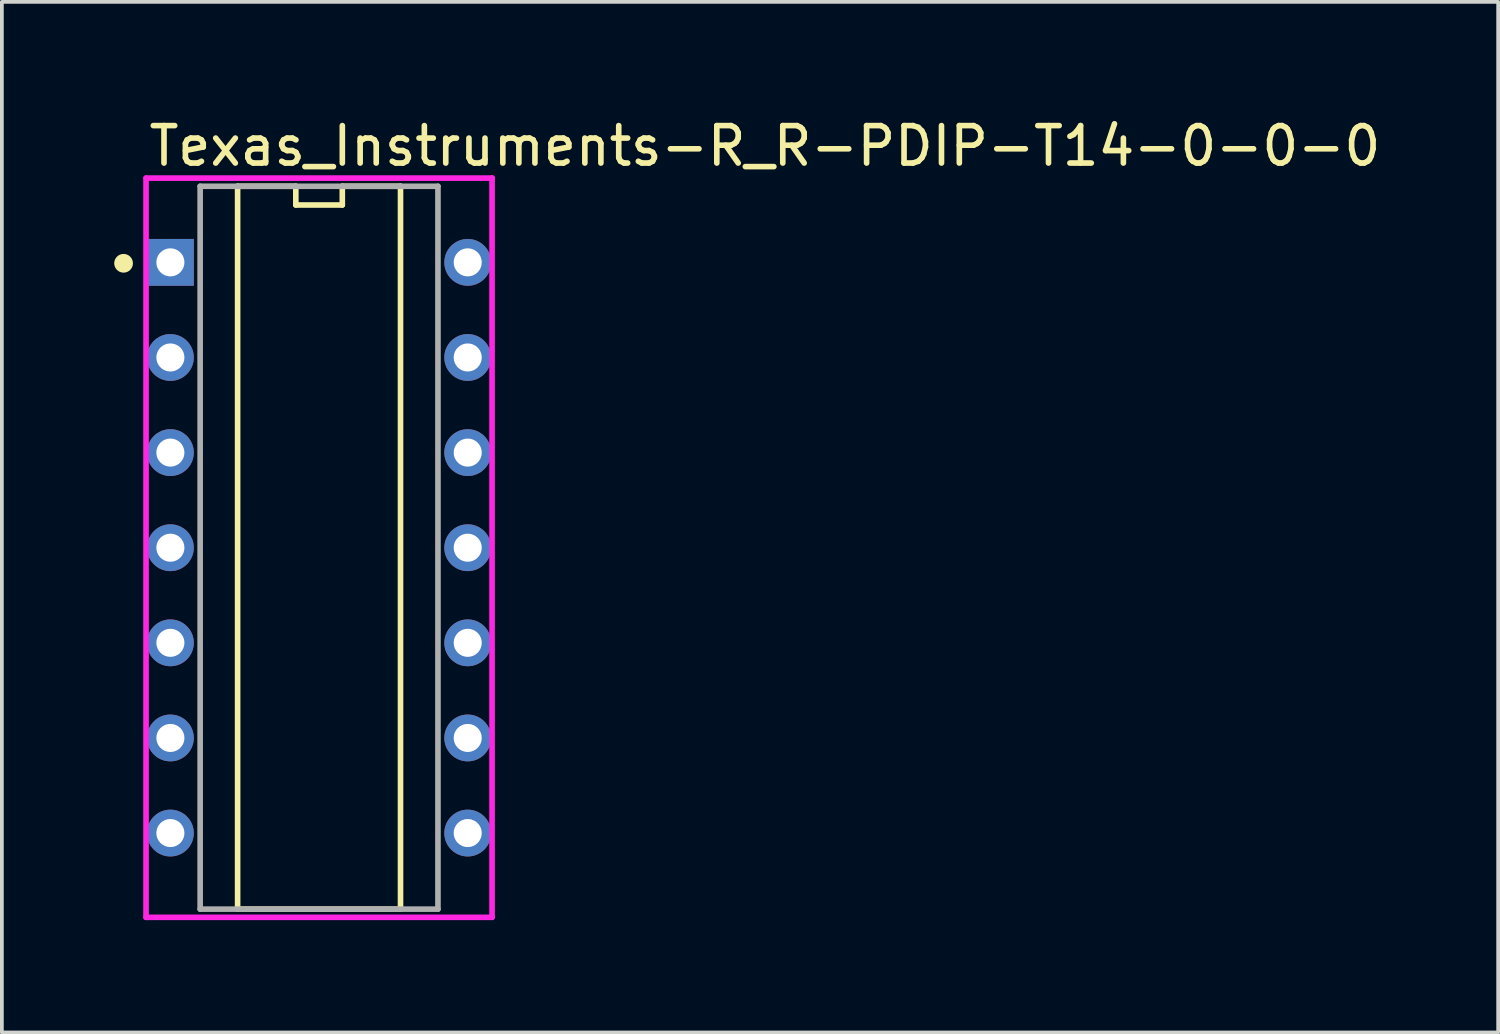
<source format=kicad_pcb>
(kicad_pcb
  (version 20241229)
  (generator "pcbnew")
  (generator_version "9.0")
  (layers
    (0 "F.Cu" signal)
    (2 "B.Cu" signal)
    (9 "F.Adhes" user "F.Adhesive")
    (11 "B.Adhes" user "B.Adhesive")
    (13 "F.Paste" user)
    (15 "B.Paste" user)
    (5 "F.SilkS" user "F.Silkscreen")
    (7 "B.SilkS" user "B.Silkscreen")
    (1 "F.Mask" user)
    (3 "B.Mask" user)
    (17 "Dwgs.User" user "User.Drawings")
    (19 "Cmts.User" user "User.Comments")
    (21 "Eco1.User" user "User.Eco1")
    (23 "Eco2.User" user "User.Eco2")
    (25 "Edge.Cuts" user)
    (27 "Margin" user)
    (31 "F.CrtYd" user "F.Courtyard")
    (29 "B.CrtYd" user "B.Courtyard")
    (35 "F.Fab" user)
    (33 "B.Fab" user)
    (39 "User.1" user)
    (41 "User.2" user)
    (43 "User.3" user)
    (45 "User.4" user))
  (footprint "Texas_Instruments-R_R-PDIP-T14-0-0-0"
    (layer "F.Cu")
    (at 5.47 11.576)
    (property "Reference" "Texas_Instruments-R_R-PDIP-T14-0-0-0" (at -4.62 -10.727 0) (layer "F.SilkS") (effects (font (size 1 1) (thickness 0.15)) (justify left)))
    (attr through_hole)
    (fp_line (start -2.175 -9.652) (end -2.175 9.652) (stroke (width 0.15) (type solid)) (layer "F.SilkS"))
    (fp_line (start -2.175 9.652) (end 2.175 9.652) (stroke (width 0.15) (type solid)) (layer "F.SilkS"))
    (fp_line (start -0.621 -9.652) (end -2.175 -9.652) (stroke (width 0.15) (type solid)) (layer "F.SilkS"))
    (fp_line (start -0.621 -9.152) (end -0.621 -9.652) (stroke (width 0.15) (type solid)) (layer "F.SilkS"))
    (fp_line (start 0.621 -9.652) (end 0.621 -9.152) (stroke (width 0.15) (type solid)) (layer "F.SilkS"))
    (fp_line (start 0.621 -9.152) (end -0.621 -9.152) (stroke (width 0.15) (type solid)) (layer "F.SilkS"))
    (fp_line (start 2.175 -9.652) (end 0.621 -9.652) (stroke (width 0.15) (type solid)) (layer "F.SilkS"))
    (fp_line (start 2.175 9.652) (end 2.175 -9.652) (stroke (width 0.15) (type solid)) (layer "F.SilkS"))
    (fp_circle (center -5.22 -7.595) (end -5.095 -7.595) (stroke (width 0.25) (type solid)) (fill no) (layer "F.SilkS"))
    (fp_line (start -4.62 -9.87) (end -4.62 9.87) (stroke (width 0.15) (type solid)) (layer "F.CrtYd"))
    (fp_line (start -4.62 9.87) (end 4.62 9.87) (stroke (width 0.15) (type solid)) (layer "F.CrtYd"))
    (fp_line (start 4.62 -9.87) (end -4.62 -9.87) (stroke (width 0.15) (type solid)) (layer "F.CrtYd"))
    (fp_line (start 4.62 -9.87) (end 4.62 -9.87) (stroke (width 0.15) (type solid)) (layer "F.CrtYd"))
    (fp_line (start 4.62 9.87) (end 4.62 -9.87) (stroke (width 0.15) (type solid)) (layer "F.CrtYd"))
    (fp_line (start -3.175 -9.652) (end 3.175 -9.652) (stroke (width 0.15) (type solid)) (layer "F.Fab"))
    (fp_line (start -3.175 9.652) (end -3.175 -9.652) (stroke (width 0.15) (type solid)) (layer "F.Fab"))
    (fp_line (start 3.175 -9.652) (end 3.175 9.652) (stroke (width 0.15) (type solid)) (layer "F.Fab"))
    (fp_line (start 3.175 9.652) (end -3.175 9.652) (stroke (width 0.15) (type solid)) (layer "F.Fab"))
    (pad "1" thru_hole rect (at -3.97 -7.62) (size 1.25 1.25) (drill 0.75) (layers "*.Cu"))
    (pad "2" thru_hole circle (at -3.97 -5.08) (size 1.25 1.25) (drill 0.75) (layers "*.Cu"))
    (pad "3" thru_hole circle (at -3.97 -2.54) (size 1.25 1.25) (drill 0.75) (layers "*.Cu"))
    (pad "4" thru_hole circle (at -3.97 0) (size 1.25 1.25) (drill 0.75) (layers "*.Cu"))
    (pad "5" thru_hole circle (at -3.97 2.54) (size 1.25 1.25) (drill 0.75) (layers "*.Cu"))
    (pad "6" thru_hole circle (at -3.97 5.08) (size 1.25 1.25) (drill 0.75) (layers "*.Cu"))
    (pad "7" thru_hole circle (at -3.97 7.62) (size 1.25 1.25) (drill 0.75) (layers "*.Cu"))
    (pad "8" thru_hole circle (at 3.97 7.62) (size 1.25 1.25) (drill 0.75) (layers "*.Cu"))
    (pad "9" thru_hole circle (at 3.97 5.08) (size 1.25 1.25) (drill 0.75) (layers "*.Cu"))
    (pad "10" thru_hole circle (at 3.97 2.54) (size 1.25 1.25) (drill 0.75) (layers "*.Cu"))
    (pad "11" thru_hole circle (at 3.97 0) (size 1.25 1.25) (drill 0.75) (layers "*.Cu"))
    (pad "12" thru_hole circle (at 3.97 -2.54) (size 1.25 1.25) (drill 0.75) (layers "*.Cu"))
    (pad "13" thru_hole circle (at 3.97 -5.08) (size 1.25 1.25) (drill 0.75) (layers "*.Cu"))
    (pad "14" thru_hole circle (at 3.97 -7.62) (size 1.25 1.25) (drill 0.75) (layers "*.Cu")))
  (gr_rect
    (start -3 -3)
    (end 36.957 24.521)
    (stroke (width 0.1) (type default))
    (fill no)
    (layer "Edge.Cuts")))
</source>
